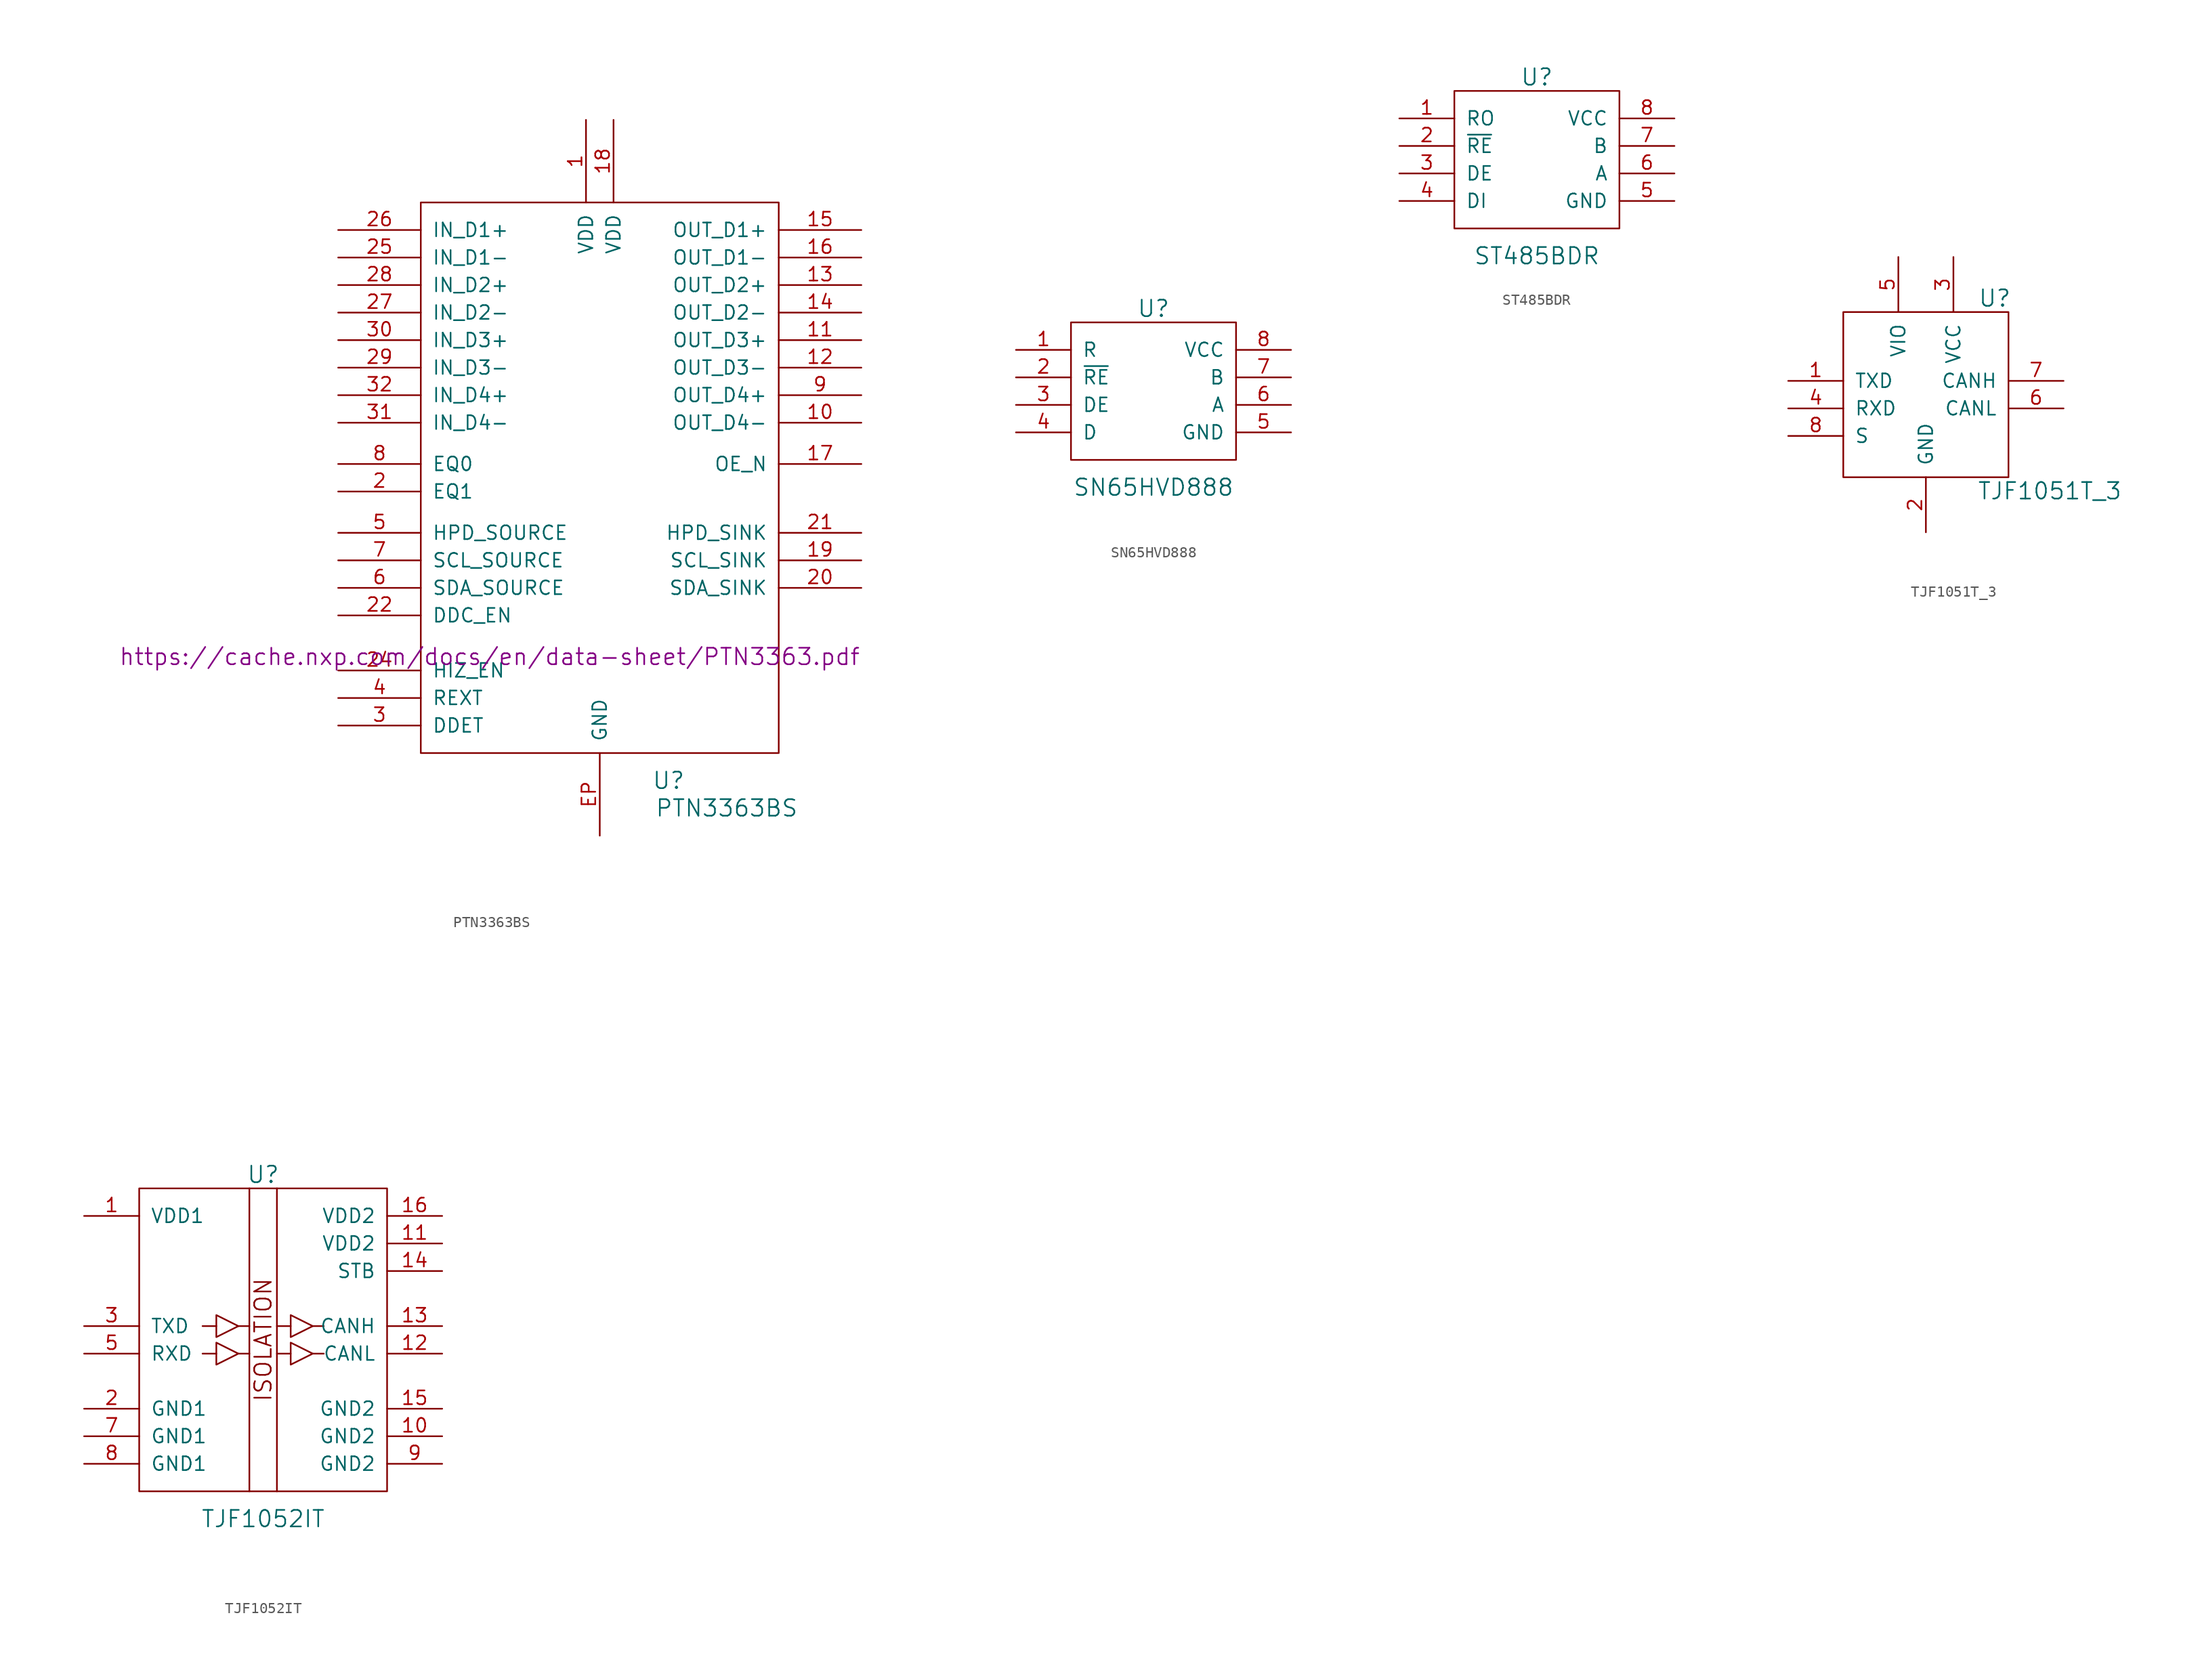
<source format=kicad_sym>
(kicad_symbol_lib
  (version 20201005)
  (generator kicad_symbol_editor)
  (symbol "PTN3363BS"
    (pin_names
      (offset 1.016))
    (property "Reference" "U"
      (at 6.35 -27.94 0)
      (effects (font (size 1.524 1.524))))
    (property "Value" "PTN3363BS"
      (at 5.08 -30.48 0)
      (effects (font (size 1.524 1.524)) (justify left)))
    (property "Datasheet" "https://cache.nxp.com/docs/en/data-sheet/PTN3363.pdf"
      (at -10.16 -16.51 0)
      (effects (font (size 1.524 1.524))))
    (symbol "PTN3363BS_0_1"
      (rectangle (start 16.51 25.4) (end -16.51 -25.4) (stroke (width 0)) (fill (type none))))
    (symbol "PTN3363BS_1_0"
      (pin output line (at 24.13 5.08 180) (length 7.62) (name "OUT_D4-" (effects (font (size 1.27 1.27)))) (number "10" (effects (font (size 1.27 1.27)))))
      (pin output line (at 24.13 12.7 180) (length 7.62) (name "OUT_D3+" (effects (font (size 1.27 1.27)))) (number "11" (effects (font (size 1.27 1.27)))))
      (pin output line (at 24.13 10.16 180) (length 7.62) (name "OUT_D3-" (effects (font (size 1.27 1.27)))) (number "12" (effects (font (size 1.27 1.27)))))
      (pin output line (at 24.13 17.78 180) (length 7.62) (name "OUT_D2+" (effects (font (size 1.27 1.27)))) (number "13" (effects (font (size 1.27 1.27)))))
      (pin output line (at 24.13 15.24 180) (length 7.62) (name "OUT_D2-" (effects (font (size 1.27 1.27)))) (number "14" (effects (font (size 1.27 1.27)))))
      (pin output line (at 24.13 22.86 180) (length 7.62) (name "OUT_D1+" (effects (font (size 1.27 1.27)))) (number "15" (effects (font (size 1.27 1.27)))))
      (pin output line (at 24.13 20.32 180) (length 7.62) (name "OUT_D1-" (effects (font (size 1.27 1.27)))) (number "16" (effects (font (size 1.27 1.27)))))
      (pin input line (at -24.13 20.32 0) (length 7.62) (name "IN_D1-" (effects (font (size 1.27 1.27)))) (number "25" (effects (font (size 1.27 1.27)))))
      (pin input line (at -24.13 22.86 0) (length 7.62) (name "IN_D1+" (effects (font (size 1.27 1.27)))) (number "26" (effects (font (size 1.27 1.27)))))
      (pin input line (at -24.13 15.24 0) (length 7.62) (name "IN_D2-" (effects (font (size 1.27 1.27)))) (number "27" (effects (font (size 1.27 1.27)))))
      (pin input line (at -24.13 17.78 0) (length 7.62) (name "IN_D2+" (effects (font (size 1.27 1.27)))) (number "28" (effects (font (size 1.27 1.27)))))
      (pin input line (at -24.13 10.16 0) (length 7.62) (name "IN_D3-" (effects (font (size 1.27 1.27)))) (number "29" (effects (font (size 1.27 1.27)))))
      (pin input line (at -24.13 12.7 0) (length 7.62) (name "IN_D3+" (effects (font (size 1.27 1.27)))) (number "30" (effects (font (size 1.27 1.27)))))
      (pin input line (at -24.13 5.08 0) (length 7.62) (name "IN_D4-" (effects (font (size 1.27 1.27)))) (number "31" (effects (font (size 1.27 1.27)))))
      (pin input line (at -24.13 7.62 0) (length 7.62) (name "IN_D4+" (effects (font (size 1.27 1.27)))) (number "32" (effects (font (size 1.27 1.27)))))
      (pin output line (at 24.13 7.62 180) (length 7.62) (name "OUT_D4+" (effects (font (size 1.27 1.27)))) (number "9" (effects (font (size 1.27 1.27))))))
    (symbol "PTN3363BS_1_1"
      (pin power_in line (at -1.27 33.02 270) (length 7.62) (name "VDD" (effects (font (size 1.27 1.27)))) (number "1" (effects (font (size 1.27 1.27)))))
      (pin input line (at 24.13 1.27 180) (length 7.62) (name "OE_N" (effects (font (size 1.27 1.27)))) (number "17" (effects (font (size 1.27 1.27)))))
      (pin power_in line (at 1.27 33.02 270) (length 7.62) (name "VDD" (effects (font (size 1.27 1.27)))) (number "18" (effects (font (size 1.27 1.27)))))
      (pin bidirectional line (at 24.13 -7.62 180) (length 7.62) (name "SCL_SINK" (effects (font (size 1.27 1.27)))) (number "19" (effects (font (size 1.27 1.27)))))
      (pin input line (at -24.13 -1.27 0) (length 7.62) (name "EQ1" (effects (font (size 1.27 1.27)))) (number "2" (effects (font (size 1.27 1.27)))))
      (pin bidirectional line (at 24.13 -10.16 180) (length 7.62) (name "SDA_SINK" (effects (font (size 1.27 1.27)))) (number "20" (effects (font (size 1.27 1.27)))))
      (pin input line (at 24.13 -5.08 180) (length 7.62) (name "HPD_SINK" (effects (font (size 1.27 1.27)))) (number "21" (effects (font (size 1.27 1.27)))))
      (pin input line (at -24.13 -12.7 0) (length 7.62) (name "DDC_EN" (effects (font (size 1.27 1.27)))) (number "22" (effects (font (size 1.27 1.27)))))
      (pin unconnected line (at -2.54 -33.02 90) (length 7.62) hide (name "NC" (effects (font (size 1.27 1.27)))) (number "23" (effects (font (size 1.27 1.27)))))
      (pin input line (at -24.13 -17.78 0) (length 7.62) (name "HIZ_EN" (effects (font (size 1.27 1.27)))) (number "24" (effects (font (size 1.27 1.27)))))
      (pin input line (at -24.13 -22.86 0) (length 7.62) (name "DDET" (effects (font (size 1.27 1.27)))) (number "3" (effects (font (size 1.27 1.27)))))
      (pin input line (at -24.13 -20.32 0) (length 7.62) (name "REXT" (effects (font (size 1.27 1.27)))) (number "4" (effects (font (size 1.27 1.27)))))
      (pin output line (at -24.13 -5.08 0) (length 7.62) (name "HPD_SOURCE" (effects (font (size 1.27 1.27)))) (number "5" (effects (font (size 1.27 1.27)))))
      (pin bidirectional line (at -24.13 -10.16 0) (length 7.62) (name "SDA_SOURCE" (effects (font (size 1.27 1.27)))) (number "6" (effects (font (size 1.27 1.27)))))
      (pin bidirectional line (at -24.13 -7.62 0) (length 7.62) (name "SCL_SOURCE" (effects (font (size 1.27 1.27)))) (number "7" (effects (font (size 1.27 1.27)))))
      (pin input line (at -24.13 1.27 0) (length 7.62) (name "EQ0" (effects (font (size 1.27 1.27)))) (number "8" (effects (font (size 1.27 1.27)))))
      (pin power_in line (at 0 -33.02 90) (length 7.62) (name "GND" (effects (font (size 1.27 1.27)))) (number "EP" (effects (font (size 1.27 1.27)))))))
  (symbol "SN65HVD888"
    (pin_names
      (offset 1.016))
    (property "Reference" "U"
      (at 0 7.62 0)
      (effects (font (size 1.524 1.524))))
    (property "Value" "SN65HVD888"
      (at 0 -8.89 0)
      (effects (font (size 1.524 1.524))))
    (property "Footprint" ""
      (at -3.81 27.94 0)
      (effects (font (size 1.524 1.524))))
    (symbol "SN65HVD888_0_1"
      (rectangle (start -7.62 6.35) (end 7.62 -6.35) (stroke (width 0)) (fill (type none))))
    (symbol "SN65HVD888_1_1"
      (pin output line (at -12.7 3.81 0) (length 5.08) (name "R" (effects (font (size 1.27 1.27)))) (number "1" (effects (font (size 1.27 1.27)))))
      (pin input line (at -12.7 1.27 0) (length 5.08) (name "~RE" (effects (font (size 1.27 1.27)))) (number "2" (effects (font (size 1.27 1.27)))))
      (pin input line (at -12.7 -1.27 0) (length 5.08) (name "DE" (effects (font (size 1.27 1.27)))) (number "3" (effects (font (size 1.27 1.27)))))
      (pin input line (at -12.7 -3.81 0) (length 5.08) (name "D" (effects (font (size 1.27 1.27)))) (number "4" (effects (font (size 1.27 1.27)))))
      (pin power_in line (at 12.7 -3.81 180) (length 5.08) (name "GND" (effects (font (size 1.27 1.27)))) (number "5" (effects (font (size 1.27 1.27)))))
      (pin output line (at 12.7 -1.27 180) (length 5.08) (name "A" (effects (font (size 1.27 1.27)))) (number "6" (effects (font (size 1.27 1.27)))))
      (pin output line (at 12.7 1.27 180) (length 5.08) (name "B" (effects (font (size 1.27 1.27)))) (number "7" (effects (font (size 1.27 1.27)))))
      (pin power_in line (at 12.7 3.81 180) (length 5.08) (name "VCC" (effects (font (size 1.27 1.27)))) (number "8" (effects (font (size 1.27 1.27)))))))
  (symbol "ST485BDR"
    (pin_names
      (offset 1.016))
    (property "Reference" "U"
      (at 0 7.62 0)
      (effects (font (size 1.524 1.524))))
    (property "Value" "ST485BDR"
      (at 0 -8.89 0)
      (effects (font (size 1.524 1.524))))
    (symbol "ST485BDR_0_1"
      (rectangle (start -7.62 6.35) (end 7.62 -6.35) (stroke (width 0)) (fill (type none))))
    (symbol "ST485BDR_1_1"
      (pin output line (at -12.7 3.81 0) (length 5.08) (name "RO" (effects (font (size 1.27 1.27)))) (number "1" (effects (font (size 1.27 1.27)))))
      (pin input line (at -12.7 1.27 0) (length 5.08) (name "~RE" (effects (font (size 1.27 1.27)))) (number "2" (effects (font (size 1.27 1.27)))))
      (pin input line (at -12.7 -1.27 0) (length 5.08) (name "DE" (effects (font (size 1.27 1.27)))) (number "3" (effects (font (size 1.27 1.27)))))
      (pin input line (at -12.7 -3.81 0) (length 5.08) (name "DI" (effects (font (size 1.27 1.27)))) (number "4" (effects (font (size 1.27 1.27)))))
      (pin power_in line (at 12.7 -3.81 180) (length 5.08) (name "GND" (effects (font (size 1.27 1.27)))) (number "5" (effects (font (size 1.27 1.27)))))
      (pin output line (at 12.7 -1.27 180) (length 5.08) (name "A" (effects (font (size 1.27 1.27)))) (number "6" (effects (font (size 1.27 1.27)))))
      (pin output line (at 12.7 1.27 180) (length 5.08) (name "B" (effects (font (size 1.27 1.27)))) (number "7" (effects (font (size 1.27 1.27)))))
      (pin power_in line (at 12.7 3.81 180) (length 5.08) (name "VCC" (effects (font (size 1.27 1.27)))) (number "8" (effects (font (size 1.27 1.27)))))))
  (symbol "TJF1051T_3"
    (pin_names
      (offset 1.016))
    (property "Reference" "U"
      (at 6.35 8.89 0)
      (effects (font (size 1.524 1.524))))
    (property "Value" "TJF1051T_3"
      (at 11.43 -8.89 0)
      (effects (font (size 1.524 1.524))))
    (property "Footprint" ""
      (at -3.81 27.94 0)
      (effects (font (size 1.524 1.524))))
    (symbol "TJF1051T_3_0_1"
      (rectangle (start -7.62 7.62) (end 7.62 -7.62) (stroke (width 0)) (fill (type none))))
    (symbol "TJF1051T_3_1_1"
      (pin input line (at -12.7 1.27 0) (length 5.08) (name "TXD" (effects (font (size 1.27 1.27)))) (number "1" (effects (font (size 1.27 1.27)))))
      (pin power_in line (at 0 -12.7 90) (length 5.08) (name "GND" (effects (font (size 1.27 1.27)))) (number "2" (effects (font (size 1.27 1.27)))))
      (pin power_in line (at 2.54 12.7 270) (length 5.08) (name "VCC" (effects (font (size 1.27 1.27)))) (number "3" (effects (font (size 1.27 1.27)))))
      (pin output line (at -12.7 -1.27 0) (length 5.08) (name "RXD" (effects (font (size 1.27 1.27)))) (number "4" (effects (font (size 1.27 1.27)))))
      (pin power_in line (at -2.54 12.7 270) (length 5.08) (name "VIO" (effects (font (size 1.27 1.27)))) (number "5" (effects (font (size 1.27 1.27)))))
      (pin output line (at 12.7 -1.27 180) (length 5.08) (name "CANL" (effects (font (size 1.27 1.27)))) (number "6" (effects (font (size 1.27 1.27)))))
      (pin output line (at 12.7 1.27 180) (length 5.08) (name "CANH" (effects (font (size 1.27 1.27)))) (number "7" (effects (font (size 1.27 1.27)))))
      (pin input line (at -12.7 -3.81 0) (length 5.08) (name "S" (effects (font (size 1.27 1.27)))) (number "8" (effects (font (size 1.27 1.27)))))))
  (symbol "TJF1052IT"
    (pin_names
      (offset 1.016))
    (property "Reference" "U"
      (at 0 15.24 0)
      (effects (font (size 1.524 1.524))))
    (property "Value" "TJF1052IT"
      (at 0 -16.51 0)
      (effects (font (size 1.524 1.524))))
    (property "Footprint" ""
      (at -3.81 27.94 0)
      (effects (font (size 1.524 1.524))))
    (symbol "TJF1052IT_0_0"
      (text "ISOLATION" (at 0 0 900) (effects (font (size 1.524 1.524)))))
    (symbol "TJF1052IT_0_1"
      (rectangle (start -11.43 13.97) (end 11.43 -13.97) (stroke (width 0)) (fill (type none)))
      (polyline (pts (xy -5.588 -1.27) (xy -4.318 -1.27)) (stroke (width 0)) (fill (type none)))
      (polyline (pts (xy -4.318 1.27) (xy -5.588 1.27)) (stroke (width 0)) (fill (type none)))
      (polyline (pts (xy -2.286 -1.27) (xy -1.27 -1.27)) (stroke (width 0)) (fill (type none)))
      (polyline (pts (xy -2.286 1.27) (xy -1.27 1.27)) (stroke (width 0)) (fill (type none)))
      (polyline (pts (xy -1.27 13.97) (xy -1.27 -13.97)) (stroke (width 0)) (fill (type none)))
      (polyline (pts (xy 1.27 -1.27) (xy 2.54 -1.27)) (stroke (width 0)) (fill (type none)))
      (polyline (pts (xy 1.27 13.97) (xy 1.27 -13.97)) (stroke (width 0)) (fill (type none)))
      (polyline (pts (xy 2.54 1.27) (xy 1.27 1.27)) (stroke (width 0)) (fill (type none)))
      (polyline (pts (xy 4.572 -1.27) (xy 5.588 -1.27)) (stroke (width 0)) (fill (type none)))
      (polyline (pts (xy 4.572 1.27) (xy 5.588 1.27)) (stroke (width 0)) (fill (type none)))
      (polyline (pts (xy -4.318 -0.254) (xy -2.286 -1.27) (xy -4.318 -2.286) (xy -4.318 -0.254)) (stroke (width 0)) (fill (type none)))
      (polyline (pts (xy -4.318 2.286) (xy -2.286 1.27) (xy -4.318 0.254) (xy -4.318 2.286)) (stroke (width 0)) (fill (type none)))
      (polyline (pts (xy 2.54 -0.254) (xy 4.572 -1.27) (xy 2.54 -2.286) (xy 2.54 -0.254)) (stroke (width 0)) (fill (type none)))
      (polyline (pts (xy 2.54 2.286) (xy 4.572 1.27) (xy 2.54 0.254) (xy 2.54 2.286)) (stroke (width 0)) (fill (type none))))
    (symbol "TJF1052IT_1_1"
      (pin power_in line (at -16.51 11.43 0) (length 5.08) (name "VDD1" (effects (font (size 1.27 1.27)))) (number "1" (effects (font (size 1.27 1.27)))))
      (pin power_in line (at 16.51 -8.89 180) (length 5.08) (name "GND2" (effects (font (size 1.27 1.27)))) (number "10" (effects (font (size 1.27 1.27)))))
      (pin power_in line (at 16.51 8.89 180) (length 5.08) (name "VDD2" (effects (font (size 1.27 1.27)))) (number "11" (effects (font (size 1.27 1.27)))))
      (pin bidirectional line (at 16.51 -1.27 180) (length 5.08) (name "CANL" (effects (font (size 1.27 1.27)))) (number "12" (effects (font (size 1.27 1.27)))))
      (pin bidirectional line (at 16.51 1.27 180) (length 5.08) (name "CANH" (effects (font (size 1.27 1.27)))) (number "13" (effects (font (size 1.27 1.27)))))
      (pin input line (at 16.51 6.35 180) (length 5.08) (name "STB" (effects (font (size 1.27 1.27)))) (number "14" (effects (font (size 1.27 1.27)))))
      (pin power_in line (at 16.51 -6.35 180) (length 5.08) (name "GND2" (effects (font (size 1.27 1.27)))) (number "15" (effects (font (size 1.27 1.27)))))
      (pin power_in line (at 16.51 11.43 180) (length 5.08) (name "VDD2" (effects (font (size 1.27 1.27)))) (number "16" (effects (font (size 1.27 1.27)))))
      (pin power_in line (at -16.51 -6.35 0) (length 5.08) (name "GND1" (effects (font (size 1.27 1.27)))) (number "2" (effects (font (size 1.27 1.27)))))
      (pin input line (at -16.51 1.27 0) (length 5.08) (name "TXD" (effects (font (size 1.27 1.27)))) (number "3" (effects (font (size 1.27 1.27)))))
      (pin unconnected line (at 2.54 -19.05 90) (length 5.08) hide (name "NC" (effects (font (size 1.27 1.27)))) (number "4" (effects (font (size 1.27 1.27)))))
      (pin output line (at -16.51 -1.27 0) (length 5.08) (name "RXD" (effects (font (size 1.27 1.27)))) (number "5" (effects (font (size 1.27 1.27)))))
      (pin unconnected line (at -2.54 -19.05 90) (length 5.08) hide (name "NC" (effects (font (size 1.27 1.27)))) (number "6" (effects (font (size 1.27 1.27)))))
      (pin power_in line (at -16.51 -8.89 0) (length 5.08) (name "GND1" (effects (font (size 1.27 1.27)))) (number "7" (effects (font (size 1.27 1.27)))))
      (pin power_in line (at -16.51 -11.43 0) (length 5.08) (name "GND1" (effects (font (size 1.27 1.27)))) (number "8" (effects (font (size 1.27 1.27)))))
      (pin power_in line (at 16.51 -11.43 180) (length 5.08) (name "GND2" (effects (font (size 1.27 1.27)))) (number "9" (effects (font (size 1.27 1.27))))))))
</source>
